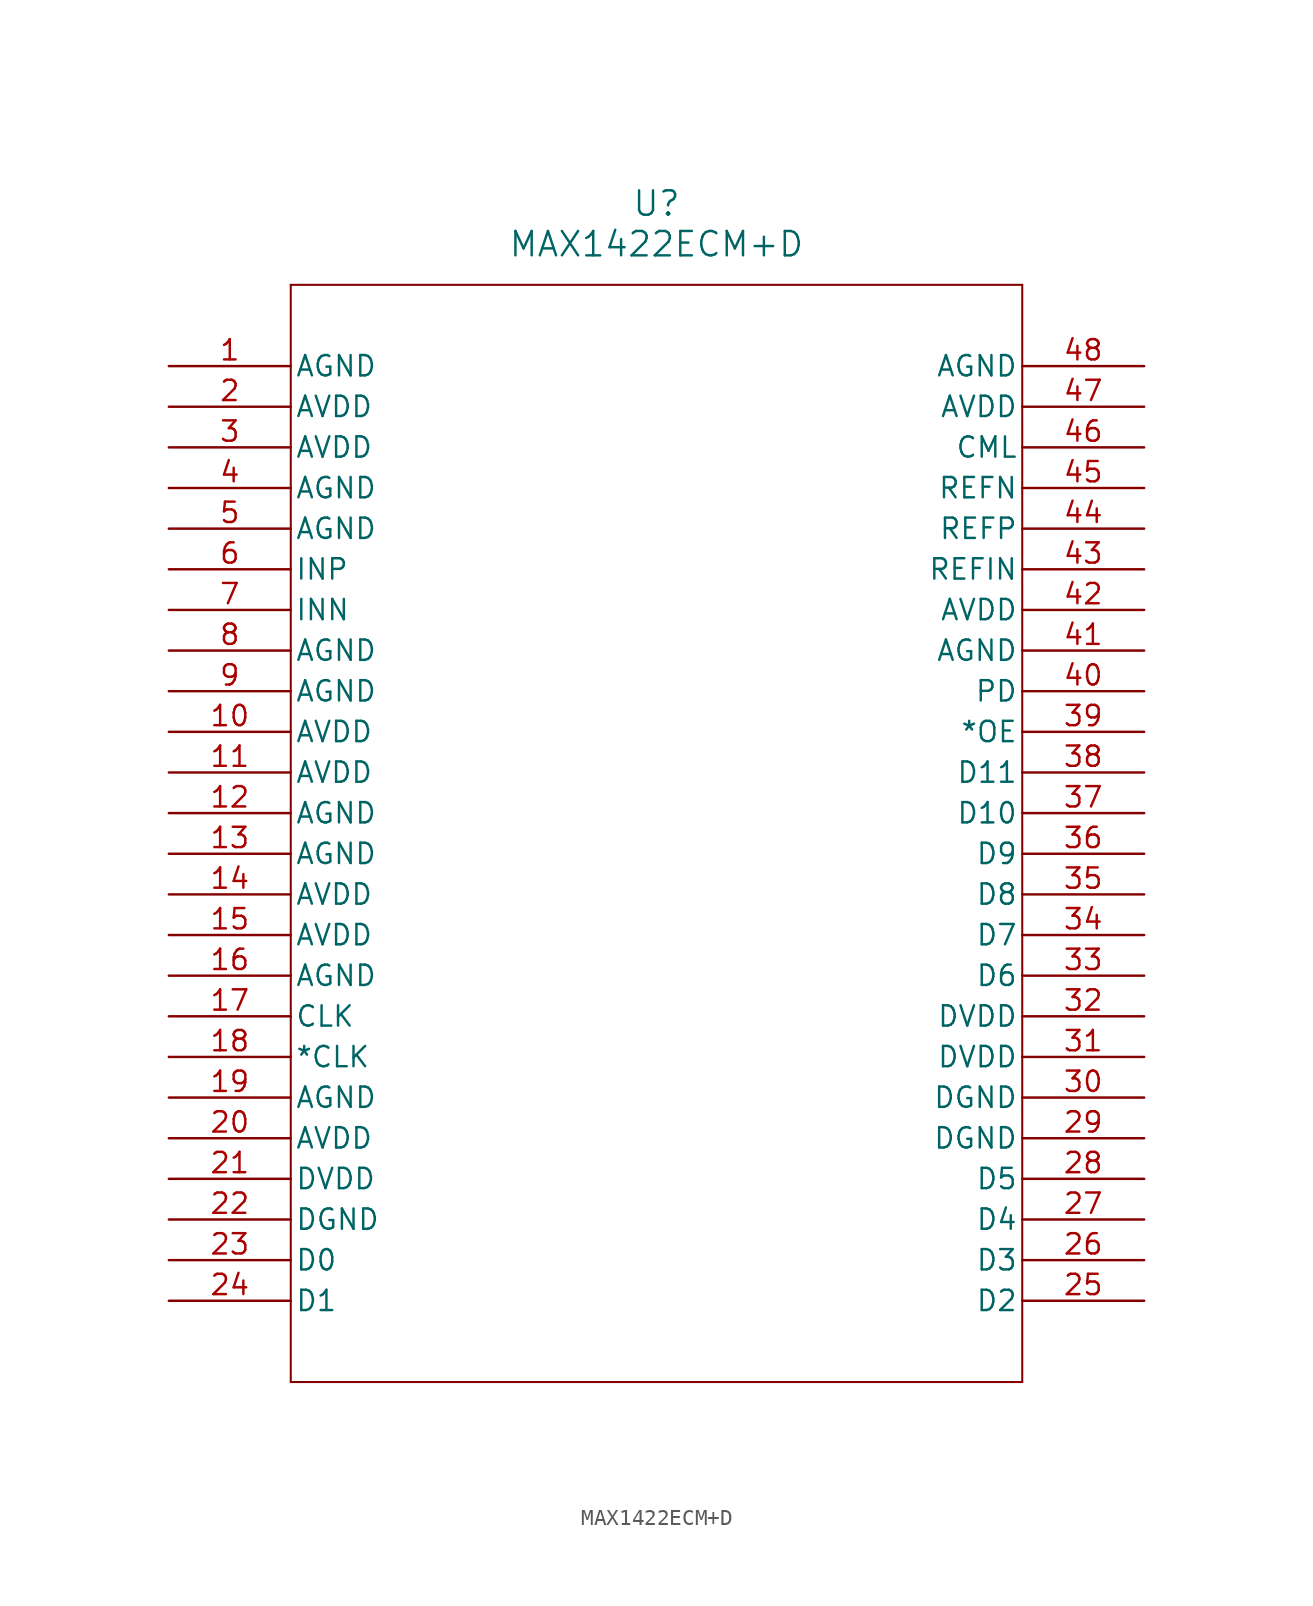
<source format=kicad_sym>
(kicad_symbol_lib
  (version 20211014)
  (generator kicad_symbol_editor)
  (symbol "MAX1422ECM+D"
    (pin_names
      (offset 0.254))
    (property "Reference" "U"
      (at 30.48 10.16 0)
      (effects (font (size 1.524 1.524))))
    (property "Value" "MAX1422ECM+D"
      (at 30.48 7.62 0)
      (effects (font (size 1.524 1.524))))
    (symbol "MAX1422ECM+D_0_1"
      (polyline (pts (xy 7.62 5.08) (xy 7.62 -63.5)) (stroke (width 0.127) (type default) (color 0 0 0 0)) (fill (type none)))
      (polyline (pts (xy 7.62 -63.5) (xy 53.34 -63.5)) (stroke (width 0.127) (type default) (color 0 0 0 0)) (fill (type none)))
      (polyline (pts (xy 53.34 -63.5) (xy 53.34 5.08)) (stroke (width 0.127) (type default) (color 0 0 0 0)) (fill (type none)))
      (polyline (pts (xy 53.34 5.08) (xy 7.62 5.08)) (stroke (width 0.127) (type default) (color 0 0 0 0)) (fill (type none)))
      (pin power_in line (at 0 0 0) (length 7.62) (name "AGND" (effects (font (size 1.27 1.27)))) (number "1" (effects (font (size 1.27 1.27)))))
      (pin power_in line (at 0 -2.54 0) (length 7.62) (name "AVDD" (effects (font (size 1.27 1.27)))) (number "2" (effects (font (size 1.27 1.27)))))
      (pin power_in line (at 0 -5.08 0) (length 7.62) (name "AVDD" (effects (font (size 1.27 1.27)))) (number "3" (effects (font (size 1.27 1.27)))))
      (pin power_in line (at 0 -7.62 0) (length 7.62) (name "AGND" (effects (font (size 1.27 1.27)))) (number "4" (effects (font (size 1.27 1.27)))))
      (pin power_in line (at 0 -10.16 0) (length 7.62) (name "AGND" (effects (font (size 1.27 1.27)))) (number "5" (effects (font (size 1.27 1.27)))))
      (pin input line (at 0 -12.7 0) (length 7.62) (name "INP" (effects (font (size 1.27 1.27)))) (number "6" (effects (font (size 1.27 1.27)))))
      (pin input line (at 0 -15.24 0) (length 7.62) (name "INN" (effects (font (size 1.27 1.27)))) (number "7" (effects (font (size 1.27 1.27)))))
      (pin power_in line (at 0 -17.78 0) (length 7.62) (name "AGND" (effects (font (size 1.27 1.27)))) (number "8" (effects (font (size 1.27 1.27)))))
      (pin power_in line (at 0 -20.32 0) (length 7.62) (name "AGND" (effects (font (size 1.27 1.27)))) (number "9" (effects (font (size 1.27 1.27)))))
      (pin power_in line (at 0 -22.86 0) (length 7.62) (name "AVDD" (effects (font (size 1.27 1.27)))) (number "10" (effects (font (size 1.27 1.27)))))
      (pin power_in line (at 0 -25.4 0) (length 7.62) (name "AVDD" (effects (font (size 1.27 1.27)))) (number "11" (effects (font (size 1.27 1.27)))))
      (pin power_in line (at 0 -27.94 0) (length 7.62) (name "AGND" (effects (font (size 1.27 1.27)))) (number "12" (effects (font (size 1.27 1.27)))))
      (pin power_in line (at 0 -30.48 0) (length 7.62) (name "AGND" (effects (font (size 1.27 1.27)))) (number "13" (effects (font (size 1.27 1.27)))))
      (pin power_in line (at 0 -33.02 0) (length 7.62) (name "AVDD" (effects (font (size 1.27 1.27)))) (number "14" (effects (font (size 1.27 1.27)))))
      (pin power_in line (at 0 -35.56 0) (length 7.62) (name "AVDD" (effects (font (size 1.27 1.27)))) (number "15" (effects (font (size 1.27 1.27)))))
      (pin power_in line (at 0 -38.1 0) (length 7.62) (name "AGND" (effects (font (size 1.27 1.27)))) (number "16" (effects (font (size 1.27 1.27)))))
      (pin unspecified line (at 0 -40.64 0) (length 7.62) (name "CLK" (effects (font (size 1.27 1.27)))) (number "17" (effects (font (size 1.27 1.27)))))
      (pin unspecified line (at 0 -43.18 0) (length 7.62) (name "*CLK" (effects (font (size 1.27 1.27)))) (number "18" (effects (font (size 1.27 1.27)))))
      (pin power_in line (at 0 -45.72 0) (length 7.62) (name "AGND" (effects (font (size 1.27 1.27)))) (number "19" (effects (font (size 1.27 1.27)))))
      (pin power_in line (at 0 -48.26 0) (length 7.62) (name "AVDD" (effects (font (size 1.27 1.27)))) (number "20" (effects (font (size 1.27 1.27)))))
      (pin power_in line (at 0 -50.8 0) (length 7.62) (name "DVDD" (effects (font (size 1.27 1.27)))) (number "21" (effects (font (size 1.27 1.27)))))
      (pin power_in line (at 0 -53.34 0) (length 7.62) (name "DGND" (effects (font (size 1.27 1.27)))) (number "22" (effects (font (size 1.27 1.27)))))
      (pin unspecified line (at 0 -55.88 0) (length 7.62) (name "D0" (effects (font (size 1.27 1.27)))) (number "23" (effects (font (size 1.27 1.27)))))
      (pin unspecified line (at 0 -58.42 0) (length 7.62) (name "D1" (effects (font (size 1.27 1.27)))) (number "24" (effects (font (size 1.27 1.27)))))
      (pin unspecified line (at 60.96 -58.42 180) (length 7.62) (name "D2" (effects (font (size 1.27 1.27)))) (number "25" (effects (font (size 1.27 1.27)))))
      (pin unspecified line (at 60.96 -55.88 180) (length 7.62) (name "D3" (effects (font (size 1.27 1.27)))) (number "26" (effects (font (size 1.27 1.27)))))
      (pin unspecified line (at 60.96 -53.34 180) (length 7.62) (name "D4" (effects (font (size 1.27 1.27)))) (number "27" (effects (font (size 1.27 1.27)))))
      (pin unspecified line (at 60.96 -50.8 180) (length 7.62) (name "D5" (effects (font (size 1.27 1.27)))) (number "28" (effects (font (size 1.27 1.27)))))
      (pin power_in line (at 60.96 -48.26 180) (length 7.62) (name "DGND" (effects (font (size 1.27 1.27)))) (number "29" (effects (font (size 1.27 1.27)))))
      (pin power_in line (at 60.96 -45.72 180) (length 7.62) (name "DGND" (effects (font (size 1.27 1.27)))) (number "30" (effects (font (size 1.27 1.27)))))
      (pin power_in line (at 60.96 -43.18 180) (length 7.62) (name "DVDD" (effects (font (size 1.27 1.27)))) (number "31" (effects (font (size 1.27 1.27)))))
      (pin power_in line (at 60.96 -40.64 180) (length 7.62) (name "DVDD" (effects (font (size 1.27 1.27)))) (number "32" (effects (font (size 1.27 1.27)))))
      (pin unspecified line (at 60.96 -38.1 180) (length 7.62) (name "D6" (effects (font (size 1.27 1.27)))) (number "33" (effects (font (size 1.27 1.27)))))
      (pin unspecified line (at 60.96 -35.56 180) (length 7.62) (name "D7" (effects (font (size 1.27 1.27)))) (number "34" (effects (font (size 1.27 1.27)))))
      (pin unspecified line (at 60.96 -33.02 180) (length 7.62) (name "D8" (effects (font (size 1.27 1.27)))) (number "35" (effects (font (size 1.27 1.27)))))
      (pin unspecified line (at 60.96 -30.48 180) (length 7.62) (name "D9" (effects (font (size 1.27 1.27)))) (number "36" (effects (font (size 1.27 1.27)))))
      (pin unspecified line (at 60.96 -27.94 180) (length 7.62) (name "D10" (effects (font (size 1.27 1.27)))) (number "37" (effects (font (size 1.27 1.27)))))
      (pin unspecified line (at 60.96 -25.4 180) (length 7.62) (name "D11" (effects (font (size 1.27 1.27)))) (number "38" (effects (font (size 1.27 1.27)))))
      (pin unspecified line (at 60.96 -22.86 180) (length 7.62) (name "*OE" (effects (font (size 1.27 1.27)))) (number "39" (effects (font (size 1.27 1.27)))))
      (pin unspecified line (at 60.96 -20.32 180) (length 7.62) (name "PD" (effects (font (size 1.27 1.27)))) (number "40" (effects (font (size 1.27 1.27)))))
      (pin power_in line (at 60.96 -17.78 180) (length 7.62) (name "AGND" (effects (font (size 1.27 1.27)))) (number "41" (effects (font (size 1.27 1.27)))))
      (pin power_in line (at 60.96 -15.24 180) (length 7.62) (name "AVDD" (effects (font (size 1.27 1.27)))) (number "42" (effects (font (size 1.27 1.27)))))
      (pin input line (at 60.96 -12.7 180) (length 7.62) (name "REFIN" (effects (font (size 1.27 1.27)))) (number "43" (effects (font (size 1.27 1.27)))))
      (pin unspecified line (at 60.96 -10.16 180) (length 7.62) (name "REFP" (effects (font (size 1.27 1.27)))) (number "44" (effects (font (size 1.27 1.27)))))
      (pin unspecified line (at 60.96 -7.62 180) (length 7.62) (name "REFN" (effects (font (size 1.27 1.27)))) (number "45" (effects (font (size 1.27 1.27)))))
      (pin unspecified line (at 60.96 -5.08 180) (length 7.62) (name "CML" (effects (font (size 1.27 1.27)))) (number "46" (effects (font (size 1.27 1.27)))))
      (pin power_in line (at 60.96 -2.54 180) (length 7.62) (name "AVDD" (effects (font (size 1.27 1.27)))) (number "47" (effects (font (size 1.27 1.27)))))
      (pin power_in line (at 60.96 0 180) (length 7.62) (name "AGND" (effects (font (size 1.27 1.27)))) (number "48" (effects (font (size 1.27 1.27))))))))
</source>
